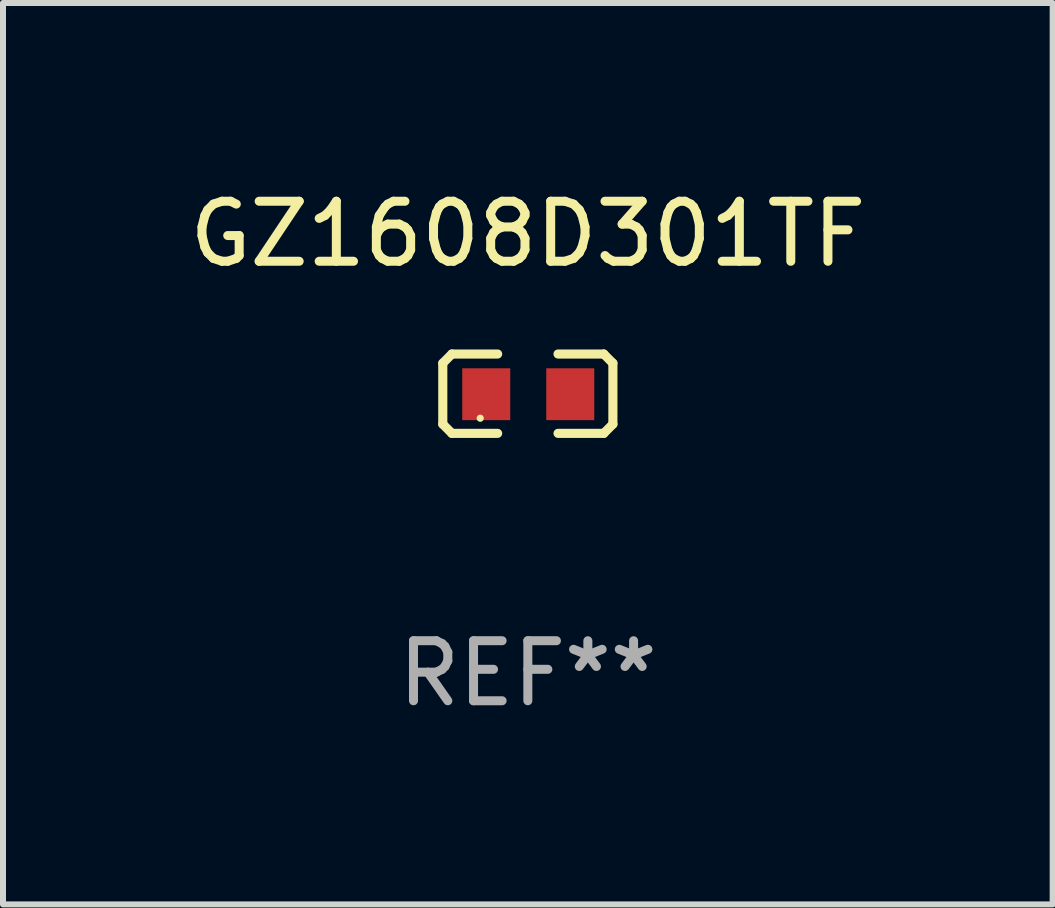
<source format=kicad_pcb>
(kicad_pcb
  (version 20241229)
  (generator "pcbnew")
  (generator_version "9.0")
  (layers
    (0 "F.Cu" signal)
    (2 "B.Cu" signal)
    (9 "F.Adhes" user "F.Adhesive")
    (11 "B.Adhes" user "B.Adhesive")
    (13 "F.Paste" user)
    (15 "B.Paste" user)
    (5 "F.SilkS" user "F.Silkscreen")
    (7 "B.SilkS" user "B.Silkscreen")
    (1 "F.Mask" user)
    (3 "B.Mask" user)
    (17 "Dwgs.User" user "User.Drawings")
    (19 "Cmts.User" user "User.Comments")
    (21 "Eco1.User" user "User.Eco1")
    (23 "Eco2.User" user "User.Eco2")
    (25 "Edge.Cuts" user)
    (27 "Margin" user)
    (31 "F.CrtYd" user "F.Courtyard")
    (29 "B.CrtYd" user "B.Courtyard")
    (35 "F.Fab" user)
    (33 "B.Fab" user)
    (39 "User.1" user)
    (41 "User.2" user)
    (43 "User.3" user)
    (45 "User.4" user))
  (footprint "GZ1608D301TF"
    (layer "F.Cu")
    (at 5.744 3.509)
    (property "Reference" "GZ1608D301TF" (at 0 -2.661 0) (layer "F.SilkS") (effects (font (size 1 1) (thickness 0.15))))
    (attr through_hole)
    (fp_line (start -1.417 -0.508) (end -1.265 -0.661) (stroke (width 0.152) (type solid)) (layer "F.SilkS"))
    (fp_line (start -1.417 0.508) (end -1.417 -0.508) (stroke (width 0.152) (type solid)) (layer "F.SilkS"))
    (fp_line (start -1.265 -0.661) (end -0.503 -0.661) (stroke (width 0.152) (type solid)) (layer "F.SilkS"))
    (fp_line (start -1.265 0.661) (end -1.417 0.508) (stroke (width 0.152) (type solid)) (layer "F.SilkS"))
    (fp_line (start -1.265 0.661) (end -0.503 0.661) (stroke (width 0.152) (type solid)) (layer "F.SilkS"))
    (fp_line (start 1.265 -0.661) (end 0.503 -0.661) (stroke (width 0.152) (type solid)) (layer "F.SilkS"))
    (fp_line (start 1.265 -0.661) (end 1.417 -0.508) (stroke (width 0.152) (type solid)) (layer "F.SilkS"))
    (fp_line (start 1.265 0.661) (end 0.503 0.661) (stroke (width 0.152) (type solid)) (layer "F.SilkS"))
    (fp_line (start 1.417 -0.508) (end 1.417 0.508) (stroke (width 0.152) (type solid)) (layer "F.SilkS"))
    (fp_line (start 1.417 0.508) (end 1.265 0.661) (stroke (width 0.152) (type solid)) (layer "F.SilkS"))
    (fp_circle (center -0.793 0.409) (end -0.763 0.409) (stroke (width 0.06) (type solid)) (fill no) (layer "F.SilkS"))
    (fp_text user "REF**" (at 0 4.661 0) (layer "F.Fab") (effects (font (size 1 1) (thickness 0.15))))
    (pad "1" smd rect (at -0.693 0.009 180) (size 0.8 0.864) (layers "F.Cu" "F.Mask" "F.Paste"))
    (pad "2" smd rect (at 0.707 0.009 180) (size 0.8 0.864) (layers "F.Cu" "F.Mask" "F.Paste")))
  (gr_rect
    (start -3 -3)
    (end 14.488 12.018)
    (stroke (width 0.1) (type default))
    (fill no)
    (layer "Edge.Cuts")))
</source>
